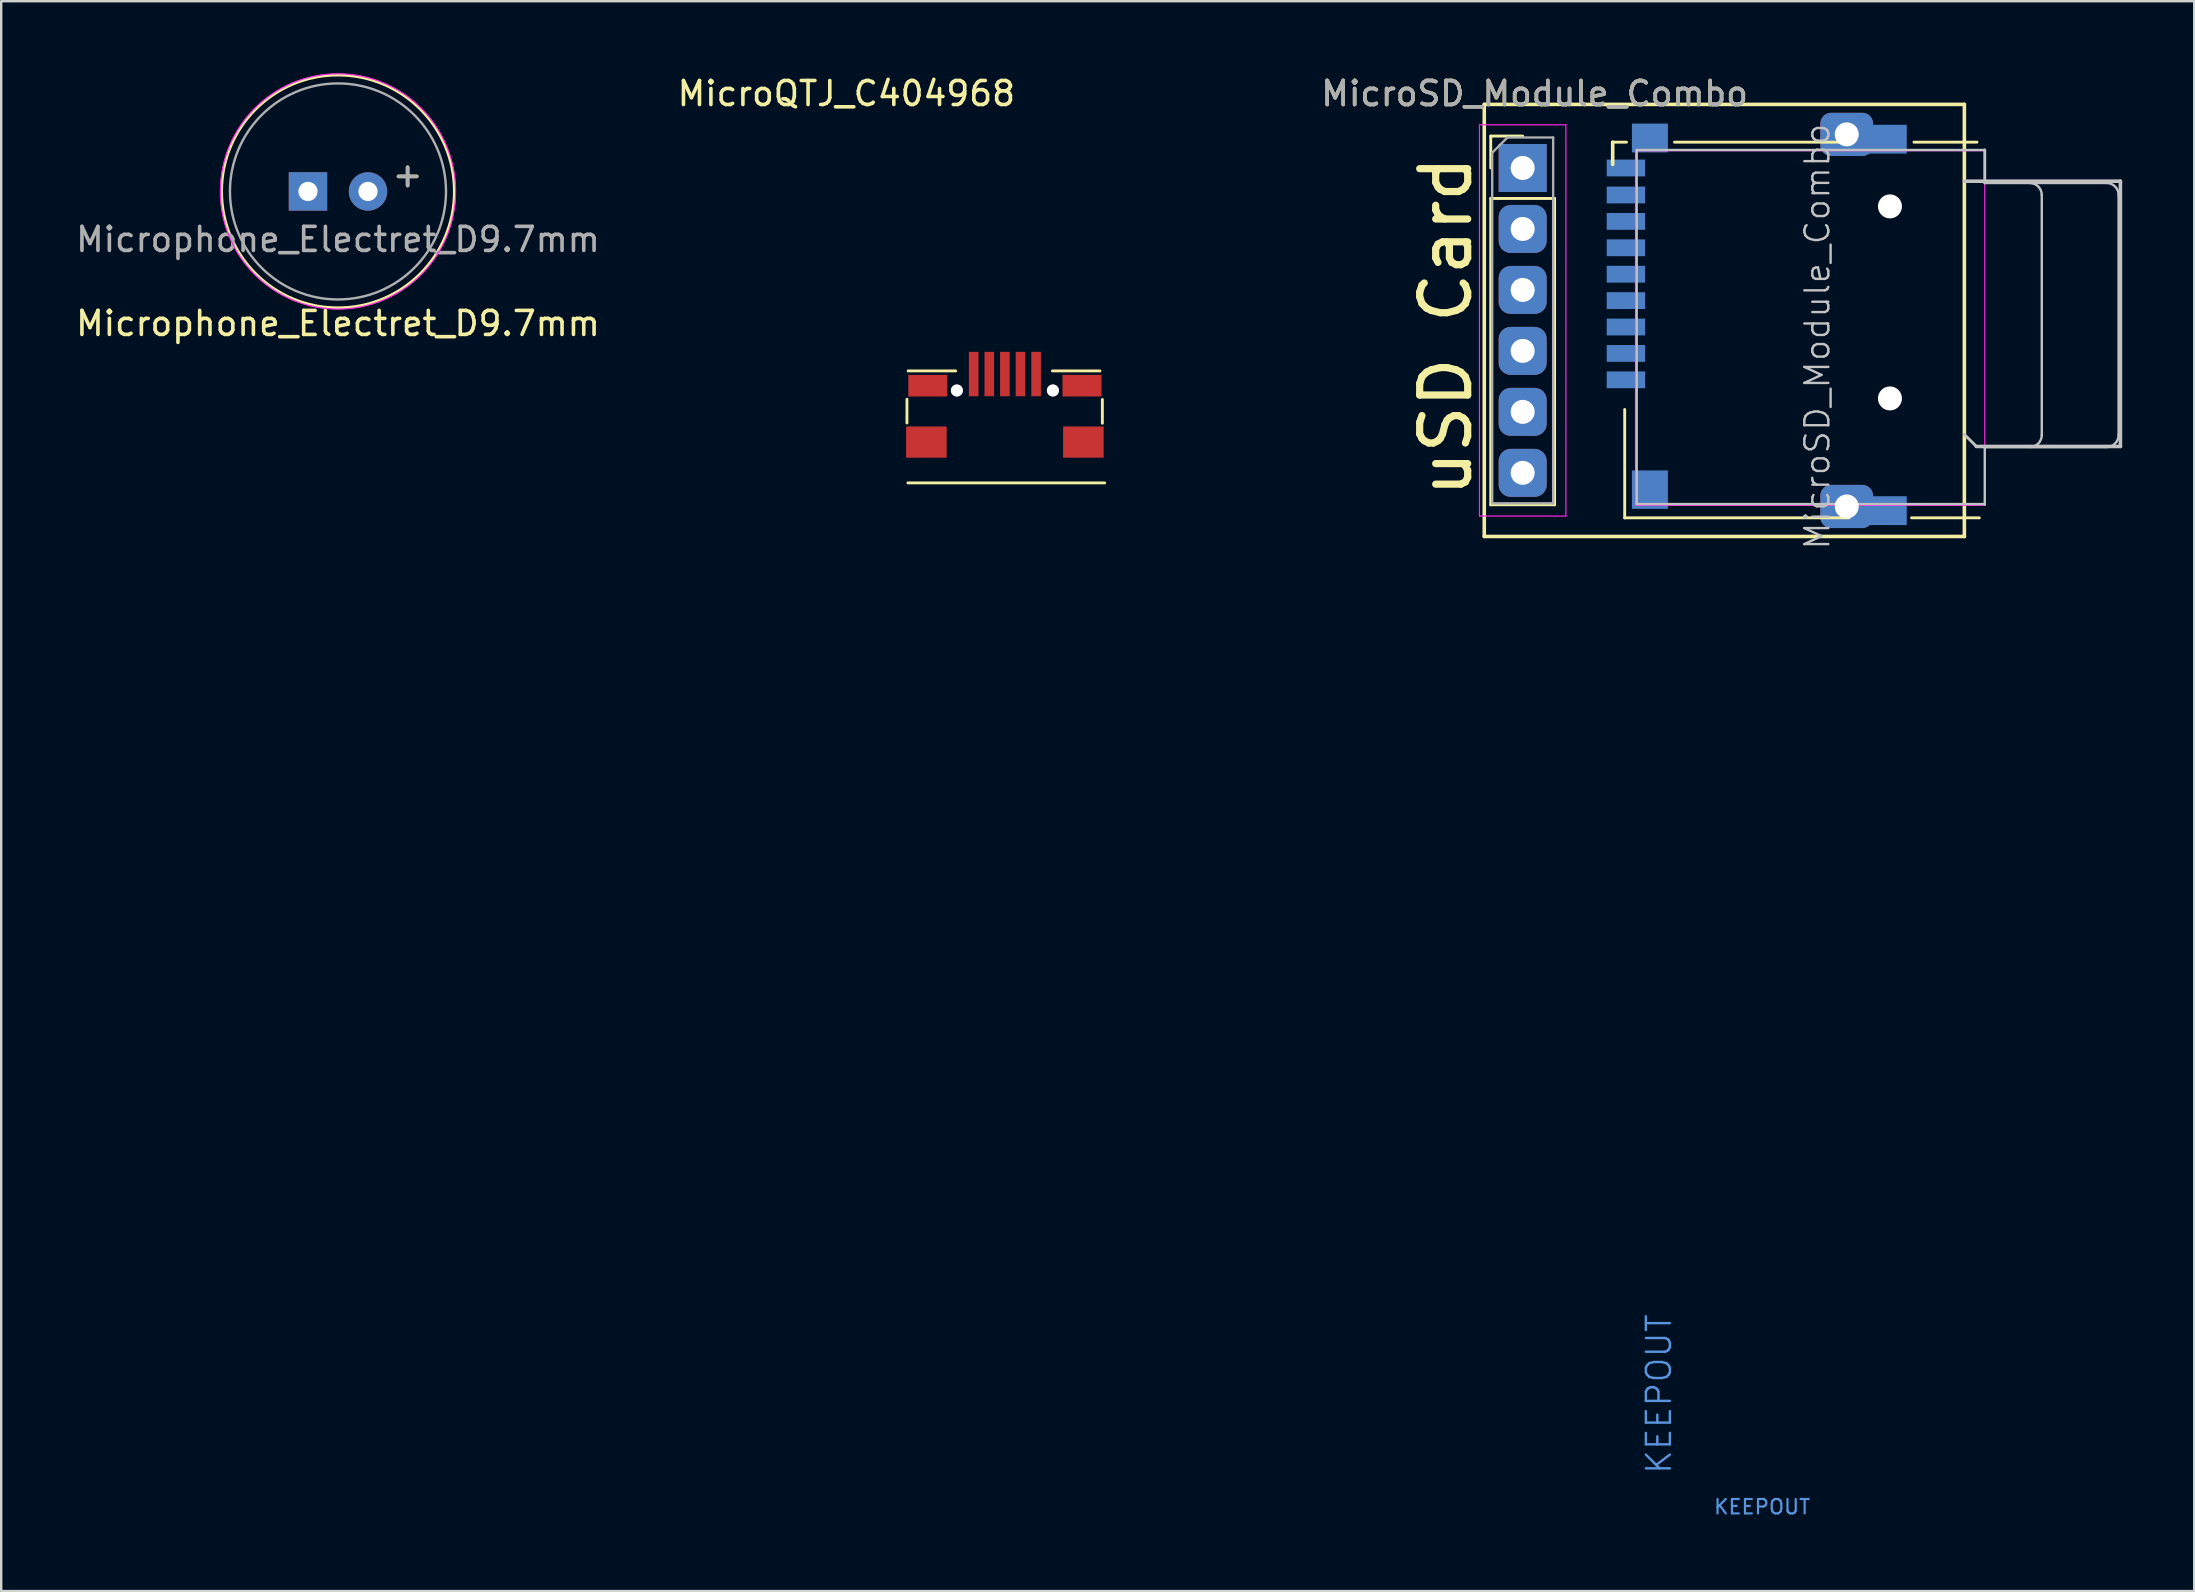
<source format=kicad_pcb>
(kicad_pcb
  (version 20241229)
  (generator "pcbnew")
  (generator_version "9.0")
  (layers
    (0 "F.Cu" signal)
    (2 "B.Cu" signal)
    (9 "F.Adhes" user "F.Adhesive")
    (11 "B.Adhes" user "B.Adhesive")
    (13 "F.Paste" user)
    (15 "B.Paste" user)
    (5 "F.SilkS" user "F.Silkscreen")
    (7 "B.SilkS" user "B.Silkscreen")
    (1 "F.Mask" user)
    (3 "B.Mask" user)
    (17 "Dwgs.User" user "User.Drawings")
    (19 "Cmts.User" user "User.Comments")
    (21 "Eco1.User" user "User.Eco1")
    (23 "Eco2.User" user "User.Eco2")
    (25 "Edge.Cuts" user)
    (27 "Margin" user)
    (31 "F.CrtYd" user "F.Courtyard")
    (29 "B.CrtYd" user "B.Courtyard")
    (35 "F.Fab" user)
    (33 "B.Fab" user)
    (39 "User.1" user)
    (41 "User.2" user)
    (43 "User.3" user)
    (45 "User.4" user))
  (footprint "Microphone_Electret_D9.7mm"
    (layer "F.Cu")
    (at 9.03 4.925)
    (property "Reference" "Microphone_Electret_D9.7mm" (at 2 5.5 0) (layer "F.SilkS") (effects (font (size 1 1) (thickness 0.15))))
    (attr through_hole)
    (fp_circle (center 2 0) (end 6.85 0) (stroke (width 0.12) (type solid)) (fill no) (layer "F.SilkS"))
    (fp_circle (center 2 0) (end 6.9 0) (stroke (width 0.05) (type solid)) (fill no) (layer "F.CrtYd"))
    (fp_circle (center 2 0) (end 6.5 0) (stroke (width 0.1) (type solid)) (fill no) (layer "F.Fab"))
    (fp_text user "+" (at 4.9 -0.7 0) (layer "F.SilkS") (effects (font (size 1 1) (thickness 0.15))))
    (fp_text user "+" (at 4.9 -0.7 0) (layer "F.Fab") (effects (font (size 1 1) (thickness 0.15))))
    (fp_text user "${REFERENCE}" (at 2 2 0) (layer "F.Fab") (effects (font (size 1 1) (thickness 0.15))))
    (pad "1" thru_hole rect (at 0.75 0) (size 1.6 1.6) (drill 0.8) (layers "*.Cu" "*.Mask"))
    (pad "2" thru_hole circle (at 3.25 0) (size 1.6 1.6) (drill 0.8) (layers "*.Cu" "*.Mask")))
  (footprint "MicroQTJ_C404968"
    (layer "F.Cu")
    (at 38.812 12.532)
    (property "Reference" "MicroQTJ_C404968" (at -6.604 -11.684 0) (layer "F.SilkS") (effects (font (size 1 1) (thickness 0.15))))
    (attr through_hole)
    (fp_line (start -4.08 1.05) (end -4.08 2.04) (stroke (width 0.12) (type solid)) (layer "F.SilkS"))
    (fp_line (start -4.04 4.535) (end 4.16 4.535) (stroke (width 0.12) (type solid)) (layer "F.SilkS"))
    (fp_line (start -2.05 -0.13) (end -4.03 -0.13) (stroke (width 0.12) (type solid)) (layer "F.SilkS"))
    (fp_line (start 3.96 -0.13) (end 1.98 -0.13) (stroke (width 0.12) (type solid)) (layer "F.SilkS"))
    (fp_line (start 4.06 1.06) (end 4.06 2.05) (stroke (width 0.12) (type solid)) (layer "F.SilkS"))
    (pad "" thru_hole circle (at -2 0.685) (size 0.5 0.5) (drill 0.5) (layers "*.Cu" "*.Mask"))
    (pad "" thru_hole circle (at 2 0.685) (size 0.5 0.5) (drill 0.5) (layers "*.Cu" "*.Mask"))
    (pad "1" smd rect (at -1.3 0) (size 0.4 1.85) (layers "F.Cu" "F.Mask" "F.Paste"))
    (pad "2" smd rect (at -0.65 0) (size 0.4 1.85) (layers "F.Cu" "F.Mask" "F.Paste"))
    (pad "3" smd rect (at 0 0) (size 0.4 1.85) (layers "F.Cu" "F.Mask" "F.Paste"))
    (pad "4" smd rect (at 0.65 0) (size 0.4 1.85) (layers "F.Cu" "F.Mask" "F.Paste"))
    (pad "5" smd rect (at 1.3 0) (size 0.4 1.85) (layers "F.Cu" "F.Mask" "F.Paste"))
    (pad "6" smd rect (at -3.212 0.485) (size 1.625 0.9) (layers "F.Cu" "F.Mask" "F.Paste"))
    (pad "7" smd rect (at -3.27 2.835) (size 1.69 1.3) (layers "F.Cu" "F.Mask" "F.Paste"))
    (pad "8" smd rect (at 3.27 2.835) (size 1.69 1.3) (layers "F.Cu" "F.Mask" "F.Paste"))
    (pad "9" smd rect (at 3.212 0.485) (size 1.625 0.9) (layers "F.Cu" "F.Mask" "F.Paste")))
  (footprint "MicroSD_Module_Combo"
    (layer "F.Cu")
    (at 46.282 12.848)
    (property "Reference" "MicroSD_Module_Combo" (at 14.6 -12 0) (layer "F.SilkS") (effects (font (size 1 1) (thickness 0.15))))
    (attr through_hole)
    (fp_line (start 12.5 -11.55) (end 32.5 -11.55) (stroke (width 0.15) (type solid)) (layer "F.SilkS"))
    (fp_line (start 12.5 6.45) (end 12.5 -11.55) (stroke (width 0.15) (type solid)) (layer "F.SilkS"))
    (fp_line (start 12.77 -10.23) (end 14.1 -10.23) (stroke (width 0.12) (type solid)) (layer "F.SilkS"))
    (fp_line (start 12.77 -8.9) (end 12.77 -10.23) (stroke (width 0.12) (type solid)) (layer "F.SilkS"))
    (fp_line (start 12.77 -7.63) (end 12.77 5.13) (stroke (width 0.12) (type solid)) (layer "F.SilkS"))
    (fp_line (start 12.77 -7.63) (end 15.43 -7.63) (stroke (width 0.12) (type solid)) (layer "F.SilkS"))
    (fp_line (start 12.77 5.13) (end 15.43 5.13) (stroke (width 0.12) (type solid)) (layer "F.SilkS"))
    (fp_line (start 15.43 -7.63) (end 15.43 5.13) (stroke (width 0.12) (type solid)) (layer "F.SilkS"))
    (fp_line (start 17.85 -9.975) (end 17.85 -9.05) (stroke (width 0.15) (type solid)) (layer "F.SilkS"))
    (fp_line (start 17.85 -9.975) (end 18.425 -9.975) (stroke (width 0.12) (type solid)) (layer "F.SilkS"))
    (fp_line (start 18.35 1.16) (end 18.35 5.675) (stroke (width 0.12) (type solid)) (layer "F.SilkS"))
    (fp_line (start 18.35 5.675) (end 27.7 5.675) (stroke (width 0.12) (type solid)) (layer "F.SilkS"))
    (fp_line (start 20.425 -9.975) (end 27.625 -9.975) (stroke (width 0.12) (type solid)) (layer "F.SilkS"))
    (fp_line (start 30.3 5.675) (end 33.125 5.675) (stroke (width 0.12) (type solid)) (layer "F.SilkS"))
    (fp_line (start 30.4 -9.975) (end 33.025 -9.975) (stroke (width 0.12) (type solid)) (layer "F.SilkS"))
    (fp_line (start 32.5 -11.55) (end 32.5 6.45) (stroke (width 0.15) (type solid)) (layer "F.SilkS"))
    (fp_line (start 32.5 6.45) (end 12.5 6.45) (stroke (width 0.15) (type solid)) (layer "F.SilkS"))
    (fp_line (start 18.85 5.1) (end 18.85 -9.65) (stroke (width 0.1) (type solid)) (layer "Dwgs.User"))
    (fp_line (start 32.5 -8.35) (end 39 -8.35) (stroke (width 0.15) (type solid)) (layer "Dwgs.User"))
    (fp_line (start 33 2.7) (end 32.5 2.2) (stroke (width 0.12) (type solid)) (layer "Dwgs.User"))
    (fp_line (start 33.35 -9.65) (end 18.85 -9.65) (stroke (width 0.1) (type solid)) (layer "Dwgs.User"))
    (fp_line (start 33.35 -8.275) (end 33.35 -9.65) (stroke (width 0.12) (type solid)) (layer "Dwgs.User"))
    (fp_line (start 33.35 -8.275) (end 38.425 -8.275) (stroke (width 0.1) (type solid)) (layer "Dwgs.User"))
    (fp_line (start 33.35 2.725) (end 33.35 5.125) (stroke (width 0.1) (type solid)) (layer "Dwgs.User"))
    (fp_line (start 33.35 5.1) (end 18.85 5.1) (stroke (width 0.1) (type solid)) (layer "Dwgs.User"))
    (fp_line (start 35.725 -7.775) (end 35.725 2.225) (stroke (width 0.1) (type solid)) (layer "Dwgs.User"))
    (fp_line (start 38.425 2.725) (end 33.35 2.725) (stroke (width 0.1) (type solid)) (layer "Dwgs.User"))
    (fp_line (start 38.925 -7.775) (end 38.925 2.225) (stroke (width 0.1) (type solid)) (layer "Dwgs.User"))
    (fp_line (start 39 -8.35) (end 39 2.7) (stroke (width 0.15) (type solid)) (layer "Dwgs.User"))
    (fp_line (start 39 2.7) (end 33 2.7) (stroke (width 0.15) (type solid)) (layer "Dwgs.User"))
    (fp_arc (start 35.225 -8.275) (mid 35.578553 -8.128553) (end 35.725 -7.775) (stroke (width 0.1) (type solid)) (layer "Dwgs.User"))
    (fp_arc (start 35.725 2.225) (mid 35.578553 2.578553) (end 35.225 2.725) (stroke (width 0.1) (type solid)) (layer "Dwgs.User"))
    (fp_arc (start 38.425 -8.275) (mid 38.778553 -8.128553) (end 38.925 -7.775) (stroke (width 0.1) (type solid)) (layer "Dwgs.User"))
    (fp_arc (start 38.925 2.225) (mid 38.778553 2.578553) (end 38.425 2.725) (stroke (width 0.1) (type solid)) (layer "Dwgs.User"))
    (fp_line (start 12.3 -10.7) (end 12.3 5.6) (stroke (width 0.05) (type solid)) (layer "F.CrtYd"))
    (fp_line (start 12.3 5.6) (end 15.9 5.6) (stroke (width 0.05) (type solid)) (layer "F.CrtYd"))
    (fp_line (start 15.9 -10.7) (end 12.3 -10.7) (stroke (width 0.05) (type solid)) (layer "F.CrtYd"))
    (fp_line (start 15.9 5.6) (end 15.9 -10.7) (stroke (width 0.05) (type solid)) (layer "F.CrtYd"))
    (fp_line (start 18.8 -9.6) (end 18.8 5.15) (stroke (width 0.05) (type solid)) (layer "F.CrtYd"))
    (fp_line (start 18.8 5.15) (end 33.35 5.15) (stroke (width 0.05) (type solid)) (layer "F.CrtYd"))
    (fp_line (start 33.35 -9.62) (end 18.8 -9.62) (stroke (width 0.05) (type solid)) (layer "F.CrtYd"))
    (fp_line (start 33.35 5.15) (end 33.35 -9.62) (stroke (width 0.05) (type solid)) (layer "F.CrtYd"))
    (fp_line (start 12.83 -9.535) (end 13.465 -10.17) (stroke (width 0.1) (type solid)) (layer "F.Fab"))
    (fp_line (start 12.83 5.07) (end 12.83 -9.535) (stroke (width 0.1) (type solid)) (layer "F.Fab"))
    (fp_line (start 13.465 -10.17) (end 15.37 -10.17) (stroke (width 0.1) (type solid)) (layer "F.Fab"))
    (fp_line (start 15.37 -10.17) (end 15.37 5.07) (stroke (width 0.1) (type solid)) (layer "F.Fab"))
    (fp_line (start 15.37 5.07) (end 12.83 5.07) (stroke (width 0.1) (type solid)) (layer "F.Fab"))
    (fp_text user "uSD Card" (at 10.9 -2.3 90) (layer "F.SilkS") (effects (font (size 2 2) (thickness 0.3))))
    (fp_text user "${REFERENCE}" (at 26.375 -1.875 90) (layer "Dwgs.User") (effects (font (size 1 1) (thickness 0.1))))
    (fp_text user "KEEPOUT" (at 19.775 42.175 90) (layer "Cmts.User") (effects (font (size 1 1) (thickness 0.1))))
    (fp_text user "KEEPOUT" (at 24.075 46.875 180) (layer "Cmts.User") (effects (font (size 0.6 0.6) (thickness 0.09))))
    (fp_text user "${REFERENCE}" (at 14.6 -12 180) (layer "F.Fab") (effects (font (size 1 1) (thickness 0.15))))
    (pad "" np_thru_hole circle (at 29.4 -7.3 90) (size 1 1) (drill 1) (layers "*.Cu" "*.Mask"))
    (pad "" np_thru_hole circle (at 29.4 0.7 90) (size 1 1) (drill 1) (layers "*.Cu" "*.Mask"))
    (pad "1" thru_hole rect (at 14.1 -8.9) (size 2 2) (drill 1) (layers "*.Cu" "*.Mask"))
    (pad "1" smd rect (at 18.4 -5.575 90) (size 0.7 1.6) (layers "B.Cu" "B.Mask" "B.Paste"))
    (pad "2" thru_hole roundrect (at 14.1 -6.36) (size 2 2) (drill 1) (layers "*.Cu" "*.Mask") (roundrect_rratio 0.25))
    (pad "2" smd rect (at 18.4 -6.675 90) (size 0.7 1.6) (layers "B.Cu" "B.Mask" "B.Paste"))
    (pad "3" thru_hole roundrect (at 14.1 -3.82) (size 2 2) (drill 1) (layers "*.Cu" "*.Mask") (roundrect_rratio 0.25))
    (pad "3" smd rect (at 18.4 -4.475 90) (size 0.7 1.6) (layers "B.Cu" "B.Mask" "B.Paste"))
    (pad "4" thru_hole roundrect (at 14.1 -1.28) (size 2 2) (drill 1) (layers "*.Cu" "*.Mask") (roundrect_rratio 0.25))
    (pad "4" smd rect (at 18.4 -2.275 90) (size 0.7 1.6) (layers "B.Cu" "B.Mask" "B.Paste"))
    (pad "5" thru_hole roundrect (at 14.1 1.26) (size 2 2) (drill 1) (layers "*.Cu" "*.Mask") (roundrect_rratio 0.25))
    (pad "5" smd rect (at 18.4 -1.175 90) (size 0.7 1.6) (layers "B.Cu" "B.Mask" "B.Paste"))
    (pad "6" thru_hole roundrect (at 14.1 3.8) (size 2 2) (drill 1) (layers "*.Cu" "*.Mask") (roundrect_rratio 0.25))
    (pad "6" smd rect (at 18.4 -3.375 90) (size 0.7 1.6) (layers "B.Cu" "B.Mask" "B.Paste"))
    (pad "7" smd rect (at 19.4 -10.15 270) (size 1.2 1.5) (layers "B.Cu" "B.Mask" "B.Paste"))
    (pad "7" smd rect (at 19.4 4.5 90) (size 1.6 1.5) (layers "B.Cu" "B.Mask" "B.Paste"))
    (pad "7" thru_hole roundrect (at 27.6 -10.3) (size 2.2 1.8) (drill 1) (layers "*.Cu" "*.Mask") (roundrect_rratio 0.25))
    (pad "7" thru_hole roundrect (at 27.6 5.2) (size 2.2 1.8) (drill 1) (layers "*.Cu" "*.Mask") (roundrect_rratio 0.25))
    (pad "7" smd rect (at 29 -10.1 90) (size 1.2 2.2) (layers "B.Cu" "B.Mask" "B.Paste"))
    (pad "7" smd rect (at 29 5.375 90) (size 1.2 2.2) (layers "B.Cu" "B.Mask" "B.Paste"))
    (pad "8" smd rect (at 18.4 -0.075 90) (size 0.7 1.6) (layers "B.Cu" "B.Mask" "B.Paste"))
    (pad "9" smd rect (at 18.4 -7.775 90) (size 0.7 1.6) (layers "B.Cu" "B.Mask" "B.Paste"))
    (pad "10" smd rect (at 18.4 -8.9 90) (size 0.7 1.6) (layers "B.Cu" "B.Mask" "B.Paste")))
  (gr_rect
    (start -3 -3)
    (end 88.357 63.232)
    (stroke (width 0.1) (type default))
    (fill no)
    (layer "Edge.Cuts")))
</source>
